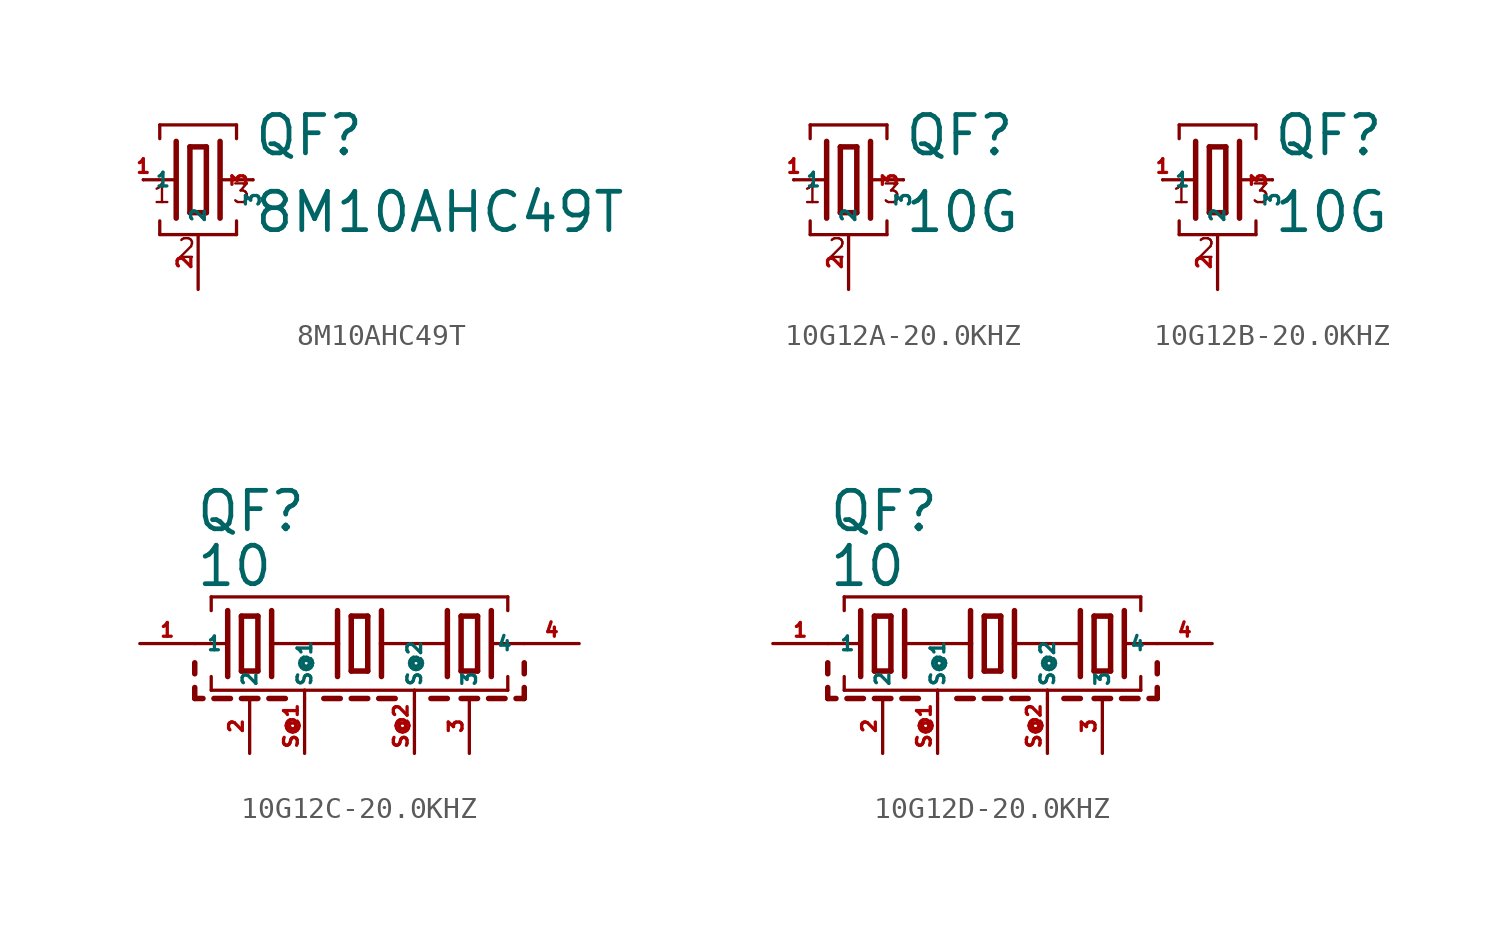
<source format=kicad_sym>
(kicad_symbol_lib
  (version 20220914)
  (generator Eagle2Kicad)
  (symbol "8M10AHC49T"
    (property "Reference" "QF"
      (at 2.54 1.016 0)
      (effects (font (size 1.778 1.778) (thickness 0.22)) (justify left bottom)))
    (property "Value" "8M10AHC49T"
      (at 2.54 -2.54 0)
      (effects (font (size 1.778 1.778) (thickness 0.22)) (justify left bottom)))
    (polyline
      (pts (xy 1.016 0) (xy 2.54 0))
      (stroke (width 0.152) (type default))
      (fill (type none)))
    (polyline
      (pts (xy -2.54 0) (xy -1.016 0))
      (stroke (width 0.152) (type default))
      (fill (type none)))
    (polyline
      (pts (xy -0.381 1.524) (xy -0.381 -1.524))
      (stroke (width 0.254) (type default))
      (fill (type none)))
    (polyline
      (pts (xy -0.381 -1.524) (xy 0.381 -1.524))
      (stroke (width 0.254) (type default))
      (fill (type none)))
    (polyline
      (pts (xy 0.381 -1.524) (xy 0.381 1.524))
      (stroke (width 0.254) (type default))
      (fill (type none)))
    (polyline
      (pts (xy 0.381 1.524) (xy -0.381 1.524))
      (stroke (width 0.254) (type default))
      (fill (type none)))
    (polyline
      (pts (xy 1.016 1.778) (xy 1.016 -1.778))
      (stroke (width 0.254) (type default))
      (fill (type none)))
    (polyline
      (pts (xy -1.016 1.778) (xy -1.016 -1.778))
      (stroke (width 0.254) (type default))
      (fill (type none)))
    (polyline
      (pts (xy -1.778 1.905) (xy -1.778 2.54))
      (stroke (width 0.152) (type default))
      (fill (type none)))
    (polyline
      (pts (xy -1.778 2.54) (xy 1.778 2.54))
      (stroke (width 0.152) (type default))
      (fill (type none)))
    (polyline
      (pts (xy 1.778 2.54) (xy 1.778 1.905))
      (stroke (width 0.152) (type default))
      (fill (type none)))
    (polyline
      (pts (xy 1.778 -1.905) (xy 1.778 -2.54))
      (stroke (width 0.152) (type default))
      (fill (type none)))
    (polyline
      (pts (xy -1.778 -2.54) (xy 1.778 -2.54))
      (stroke (width 0.152) (type default))
      (fill (type none)))
    (polyline
      (pts (xy -1.778 -2.54) (xy -1.778 -1.905))
      (stroke (width 0.152) (type default))
      (fill (type none)))
    (text "1"
      (at -2.159 -1.143 0)
      (effects (font (size 0.864 0.864) (thickness 0.11)) (justify left bottom)))
    (text "2"
      (at -1.016 -3.683 0)
      (effects (font (size 0.864 0.864) (thickness 0.11)) (justify left bottom)))
    (text "3"
      (at 1.524 -1.143 0)
      (effects (font (size 0.864 0.864) (thickness 0.11)) (justify left bottom)))
    (pin passive line
      (at 2.54 0 270)
      (length 0)
      (name "3" (effects (font (size 0.635 0.635) (thickness 0.08)) (justify left bottom)))
      (number "3" (effects (font (size 0.635 0.635) (thickness 0.08)) (justify left bottom))))
    (pin passive line
      (at -2.54 0 0)
      (length 0)
      (name "1" (effects (font (size 0.635 0.635) (thickness 0.08)) (justify left bottom)))
      (number "1" (effects (font (size 0.635 0.635) (thickness 0.08)) (justify left bottom))))
    (pin passive line
      (at 0 -5.08 90)
      (length 2.54)
      (name "2" (effects (font (size 0.635 0.635) (thickness 0.08)) (justify left bottom)))
      (number "2" (effects (font (size 0.635 0.635) (thickness 0.08)) (justify left bottom)))))
  (symbol "10G12A-20.0KHZ"
    (property "Reference" "QF"
      (at 2.54 1.016 0)
      (effects (font (size 1.778 1.778) (thickness 0.22)) (justify left bottom)))
    (property "Value" "10G"
      (at 2.54 -2.54 0)
      (effects (font (size 1.778 1.778) (thickness 0.22)) (justify left bottom)))
    (polyline
      (pts (xy 1.016 0) (xy 2.54 0))
      (stroke (width 0.152) (type default))
      (fill (type none)))
    (polyline
      (pts (xy -2.54 0) (xy -1.016 0))
      (stroke (width 0.152) (type default))
      (fill (type none)))
    (polyline
      (pts (xy -0.381 1.524) (xy -0.381 -1.524))
      (stroke (width 0.254) (type default))
      (fill (type none)))
    (polyline
      (pts (xy -0.381 -1.524) (xy 0.381 -1.524))
      (stroke (width 0.254) (type default))
      (fill (type none)))
    (polyline
      (pts (xy 0.381 -1.524) (xy 0.381 1.524))
      (stroke (width 0.254) (type default))
      (fill (type none)))
    (polyline
      (pts (xy 0.381 1.524) (xy -0.381 1.524))
      (stroke (width 0.254) (type default))
      (fill (type none)))
    (polyline
      (pts (xy 1.016 1.778) (xy 1.016 -1.778))
      (stroke (width 0.254) (type default))
      (fill (type none)))
    (polyline
      (pts (xy -1.016 1.778) (xy -1.016 -1.778))
      (stroke (width 0.254) (type default))
      (fill (type none)))
    (polyline
      (pts (xy -1.778 1.905) (xy -1.778 2.54))
      (stroke (width 0.152) (type default))
      (fill (type none)))
    (polyline
      (pts (xy -1.778 2.54) (xy 1.778 2.54))
      (stroke (width 0.152) (type default))
      (fill (type none)))
    (polyline
      (pts (xy 1.778 2.54) (xy 1.778 1.905))
      (stroke (width 0.152) (type default))
      (fill (type none)))
    (polyline
      (pts (xy 1.778 -1.905) (xy 1.778 -2.54))
      (stroke (width 0.152) (type default))
      (fill (type none)))
    (polyline
      (pts (xy -1.778 -2.54) (xy 1.778 -2.54))
      (stroke (width 0.152) (type default))
      (fill (type none)))
    (polyline
      (pts (xy -1.778 -2.54) (xy -1.778 -1.905))
      (stroke (width 0.152) (type default))
      (fill (type none)))
    (text "1"
      (at -2.159 -1.143 0)
      (effects (font (size 0.864 0.864) (thickness 0.11)) (justify left bottom)))
    (text "2"
      (at -1.016 -3.683 0)
      (effects (font (size 0.864 0.864) (thickness 0.11)) (justify left bottom)))
    (text "3"
      (at 1.524 -1.143 0)
      (effects (font (size 0.864 0.864) (thickness 0.11)) (justify left bottom)))
    (pin passive line
      (at 2.54 0 270)
      (length 0)
      (name "3" (effects (font (size 0.635 0.635) (thickness 0.08)) (justify left bottom)))
      (number "3" (effects (font (size 0.635 0.635) (thickness 0.08)) (justify left bottom))))
    (pin passive line
      (at -2.54 0 0)
      (length 0)
      (name "1" (effects (font (size 0.635 0.635) (thickness 0.08)) (justify left bottom)))
      (number "1" (effects (font (size 0.635 0.635) (thickness 0.08)) (justify left bottom))))
    (pin passive line
      (at 0 -5.08 90)
      (length 2.54)
      (name "2" (effects (font (size 0.635 0.635) (thickness 0.08)) (justify left bottom)))
      (number "2" (effects (font (size 0.635 0.635) (thickness 0.08)) (justify left bottom)))))
  (symbol "10G12B-20.0KHZ"
    (property "Reference" "QF"
      (at 2.54 1.016 0)
      (effects (font (size 1.778 1.778) (thickness 0.22)) (justify left bottom)))
    (property "Value" "10G"
      (at 2.54 -2.54 0)
      (effects (font (size 1.778 1.778) (thickness 0.22)) (justify left bottom)))
    (polyline
      (pts (xy 1.016 0) (xy 2.54 0))
      (stroke (width 0.152) (type default))
      (fill (type none)))
    (polyline
      (pts (xy -2.54 0) (xy -1.016 0))
      (stroke (width 0.152) (type default))
      (fill (type none)))
    (polyline
      (pts (xy -0.381 1.524) (xy -0.381 -1.524))
      (stroke (width 0.254) (type default))
      (fill (type none)))
    (polyline
      (pts (xy -0.381 -1.524) (xy 0.381 -1.524))
      (stroke (width 0.254) (type default))
      (fill (type none)))
    (polyline
      (pts (xy 0.381 -1.524) (xy 0.381 1.524))
      (stroke (width 0.254) (type default))
      (fill (type none)))
    (polyline
      (pts (xy 0.381 1.524) (xy -0.381 1.524))
      (stroke (width 0.254) (type default))
      (fill (type none)))
    (polyline
      (pts (xy 1.016 1.778) (xy 1.016 -1.778))
      (stroke (width 0.254) (type default))
      (fill (type none)))
    (polyline
      (pts (xy -1.016 1.778) (xy -1.016 -1.778))
      (stroke (width 0.254) (type default))
      (fill (type none)))
    (polyline
      (pts (xy -1.778 1.905) (xy -1.778 2.54))
      (stroke (width 0.152) (type default))
      (fill (type none)))
    (polyline
      (pts (xy -1.778 2.54) (xy 1.778 2.54))
      (stroke (width 0.152) (type default))
      (fill (type none)))
    (polyline
      (pts (xy 1.778 2.54) (xy 1.778 1.905))
      (stroke (width 0.152) (type default))
      (fill (type none)))
    (polyline
      (pts (xy 1.778 -1.905) (xy 1.778 -2.54))
      (stroke (width 0.152) (type default))
      (fill (type none)))
    (polyline
      (pts (xy -1.778 -2.54) (xy 1.778 -2.54))
      (stroke (width 0.152) (type default))
      (fill (type none)))
    (polyline
      (pts (xy -1.778 -2.54) (xy -1.778 -1.905))
      (stroke (width 0.152) (type default))
      (fill (type none)))
    (text "1"
      (at -2.159 -1.143 0)
      (effects (font (size 0.864 0.864) (thickness 0.11)) (justify left bottom)))
    (text "2"
      (at -1.016 -3.683 0)
      (effects (font (size 0.864 0.864) (thickness 0.11)) (justify left bottom)))
    (text "3"
      (at 1.524 -1.143 0)
      (effects (font (size 0.864 0.864) (thickness 0.11)) (justify left bottom)))
    (pin passive line
      (at 2.54 0 270)
      (length 0)
      (name "3" (effects (font (size 0.635 0.635) (thickness 0.08)) (justify left bottom)))
      (number "3" (effects (font (size 0.635 0.635) (thickness 0.08)) (justify left bottom))))
    (pin passive line
      (at -2.54 0 0)
      (length 0)
      (name "1" (effects (font (size 0.635 0.635) (thickness 0.08)) (justify left bottom)))
      (number "1" (effects (font (size 0.635 0.635) (thickness 0.08)) (justify left bottom))))
    (pin passive line
      (at 0 -5.08 90)
      (length 2.54)
      (name "2" (effects (font (size 0.635 0.635) (thickness 0.08)) (justify left bottom)))
      (number "2" (effects (font (size 0.635 0.635) (thickness 0.08)) (justify left bottom)))))
  (symbol "10G12C-20.0KHZ"
    (property "Reference" "QF"
      (at -7.62 5.08 0)
      (effects (font (size 1.778 1.778) (thickness 0.22)) (justify left bottom)))
    (property "Value" "10"
      (at -7.62 2.54 0)
      (effects (font (size 1.778 1.778) (thickness 0.22)) (justify left bottom)))
    (polyline
      (pts (xy 6.096 0) (xy 7.62 0))
      (stroke (width 0.152) (type default))
      (fill (type none)))
    (polyline
      (pts (xy -7.62 0) (xy -6.096 0))
      (stroke (width 0.152) (type default))
      (fill (type none)))
    (polyline
      (pts (xy -0.381 1.27) (xy -0.381 -1.27))
      (stroke (width 0.254) (type default))
      (fill (type none)))
    (polyline
      (pts (xy -0.381 -1.27) (xy 0.381 -1.27))
      (stroke (width 0.254) (type default))
      (fill (type none)))
    (polyline
      (pts (xy 0.381 -1.27) (xy 0.381 1.27))
      (stroke (width 0.254) (type default))
      (fill (type none)))
    (polyline
      (pts (xy 0.381 1.27) (xy -0.381 1.27))
      (stroke (width 0.254) (type default))
      (fill (type none)))
    (polyline
      (pts (xy 6.096 1.524) (xy 6.096 -1.524))
      (stroke (width 0.254) (type default))
      (fill (type none)))
    (polyline
      (pts (xy -6.096 1.524) (xy -6.096 -1.524))
      (stroke (width 0.254) (type default))
      (fill (type none)))
    (polyline
      (pts (xy -6.858 1.524) (xy -6.858 2.159))
      (stroke (width 0.152) (type default))
      (fill (type none)))
    (polyline
      (pts (xy -6.858 2.159) (xy 6.858 2.159))
      (stroke (width 0.152) (type default))
      (fill (type none)))
    (polyline
      (pts (xy 6.858 2.159) (xy 6.858 1.524))
      (stroke (width 0.152) (type default))
      (fill (type none)))
    (polyline
      (pts (xy 6.858 -1.524) (xy 6.858 -2.159))
      (stroke (width 0.152) (type default))
      (fill (type none)))
    (polyline
      (pts (xy -6.858 -2.159) (xy -2.54 -2.159))
      (stroke (width 0.152) (type default))
      (fill (type none)))
    (polyline
      (pts (xy -2.54 -2.159) (xy 2.54 -2.159))
      (stroke (width 0.152) (type default))
      (fill (type none)))
    (polyline
      (pts (xy 2.54 -2.159) (xy 6.858 -2.159))
      (stroke (width 0.152) (type default))
      (fill (type none)))
    (polyline
      (pts (xy -6.858 -2.159) (xy -6.858 -1.524))
      (stroke (width 0.152) (type default))
      (fill (type none)))
    (polyline
      (pts (xy -1.016 1.524) (xy -1.016 0))
      (stroke (width 0.254) (type default))
      (fill (type none)))
    (polyline
      (pts (xy -1.016 0) (xy -1.016 -1.524))
      (stroke (width 0.254) (type default))
      (fill (type none)))
    (polyline
      (pts (xy 1.016 1.524) (xy 1.016 0))
      (stroke (width 0.254) (type default))
      (fill (type none)))
    (polyline
      (pts (xy 1.016 0) (xy 1.016 -1.524))
      (stroke (width 0.254) (type default))
      (fill (type none)))
    (polyline
      (pts (xy -4.699 1.27) (xy -5.461 1.27))
      (stroke (width 0.254) (type default))
      (fill (type none)))
    (polyline
      (pts (xy -5.461 -1.27) (xy -4.699 -1.27))
      (stroke (width 0.254) (type default))
      (fill (type none)))
    (polyline
      (pts (xy -5.461 1.27) (xy -5.461 -1.27))
      (stroke (width 0.254) (type default))
      (fill (type none)))
    (polyline
      (pts (xy -4.699 -1.27) (xy -4.699 1.27))
      (stroke (width 0.254) (type default))
      (fill (type none)))
    (polyline
      (pts (xy 5.461 -1.27) (xy 5.461 1.27))
      (stroke (width 0.254) (type default))
      (fill (type none)))
    (polyline
      (pts (xy 4.699 1.27) (xy 4.699 -1.27))
      (stroke (width 0.254) (type default))
      (fill (type none)))
    (polyline
      (pts (xy 5.461 1.27) (xy 4.699 1.27))
      (stroke (width 0.254) (type default))
      (fill (type none)))
    (polyline
      (pts (xy 4.699 -1.27) (xy 5.461 -1.27))
      (stroke (width 0.254) (type default))
      (fill (type none)))
    (polyline
      (pts (xy 4.064 1.524) (xy 4.064 -1.524))
      (stroke (width 0.254) (type default))
      (fill (type none)))
    (polyline
      (pts (xy -4.064 1.524) (xy -4.064 0))
      (stroke (width 0.254) (type default))
      (fill (type none)))
    (polyline
      (pts (xy -4.064 0) (xy -4.064 -1.524))
      (stroke (width 0.254) (type default))
      (fill (type none)))
    (polyline
      (pts (xy -4.064 0) (xy -1.016 0))
      (stroke (width 0.152) (type default))
      (fill (type none)))
    (polyline
      (pts (xy 1.016 0) (xy 4.064 0))
      (stroke (width 0.152) (type default))
      (fill (type none)))
    (polyline
      (pts (xy -7.62 -2.032) (xy -7.62 -2.54))
      (stroke (width 0.254) (type default))
      (fill (type none)))
    (polyline
      (pts (xy -7.62 -2.54) (xy -7.239 -2.54))
      (stroke (width 0.254) (type default))
      (fill (type none)))
    (polyline
      (pts (xy -5.461 -2.54) (xy -4.699 -2.54))
      (stroke (width 0.254) (type default))
      (fill (type none)))
    (polyline
      (pts (xy -6.731 -2.54) (xy -5.969 -2.54))
      (stroke (width 0.254) (type default))
      (fill (type none)))
    (polyline
      (pts (xy 4.699 -2.54) (xy 5.461 -2.54))
      (stroke (width 0.254) (type default))
      (fill (type none)))
    (polyline
      (pts (xy -4.191 -2.54) (xy -3.429 -2.54))
      (stroke (width 0.254) (type default))
      (fill (type none)))
    (polyline
      (pts (xy -1.651 -2.54) (xy -0.889 -2.54))
      (stroke (width 0.254) (type default))
      (fill (type none)))
    (polyline
      (pts (xy -0.381 -2.54) (xy 0.381 -2.54))
      (stroke (width 0.254) (type default))
      (fill (type none)))
    (polyline
      (pts (xy 0.889 -2.54) (xy 1.651 -2.54))
      (stroke (width 0.254) (type default))
      (fill (type none)))
    (polyline
      (pts (xy 3.302 -2.54) (xy 4.064 -2.54))
      (stroke (width 0.254) (type default))
      (fill (type none)))
    (polyline
      (pts (xy -2.54 -2.54) (xy -2.54 -2.159))
      (stroke (width 0.152) (type default))
      (fill (type none)))
    (polyline
      (pts (xy 2.54 -2.54) (xy 2.54 -2.159))
      (stroke (width 0.152) (type default))
      (fill (type none)))
    (polyline
      (pts (xy 7.62 -2.54) (xy 7.239 -2.54))
      (stroke (width 0.254) (type default))
      (fill (type none)))
    (polyline
      (pts (xy 6.731 -2.54) (xy 5.969 -2.54))
      (stroke (width 0.254) (type default))
      (fill (type none)))
    (polyline
      (pts (xy 7.62 -2.032) (xy 7.62 -2.54))
      (stroke (width 0.254) (type default))
      (fill (type none)))
    (polyline
      (pts (xy -7.62 -0.889) (xy -7.62 -1.397))
      (stroke (width 0.254) (type default))
      (fill (type none)))
    (polyline
      (pts (xy 7.62 -0.889) (xy 7.62 -1.397))
      (stroke (width 0.254) (type default))
      (fill (type none)))
    (pin passive line
      (at 10.16 0 180)
      (length 2.54)
      (name "4" (effects (font (size 0.635 0.635) (thickness 0.08)) (justify left bottom)))
      (number "4" (effects (font (size 0.635 0.635) (thickness 0.08)) (justify left bottom))))
    (pin passive line
      (at -10.16 0 0)
      (length 2.54)
      (name "1" (effects (font (size 0.635 0.635) (thickness 0.08)) (justify left bottom)))
      (number "1" (effects (font (size 0.635 0.635) (thickness 0.08)) (justify left bottom))))
    (pin passive line
      (at -5.08 -5.08 90)
      (length 2.54)
      (name "2" (effects (font (size 0.635 0.635) (thickness 0.08)) (justify left bottom)))
      (number "2" (effects (font (size 0.635 0.635) (thickness 0.08)) (justify left bottom))))
    (pin passive line
      (at 5.08 -5.08 90)
      (length 2.54)
      (name "3" (effects (font (size 0.635 0.635) (thickness 0.08)) (justify left bottom)))
      (number "3" (effects (font (size 0.635 0.635) (thickness 0.08)) (justify left bottom))))
    (pin passive line
      (at -2.54 -5.08 90)
      (length 2.54)
      (name "S@1" (effects (font (size 0.635 0.635) (thickness 0.08)) (justify left bottom)))
      (number "S@1" (effects (font (size 0.635 0.635) (thickness 0.08)) (justify left bottom))))
    (pin passive line
      (at 2.54 -5.08 90)
      (length 2.54)
      (name "S@2" (effects (font (size 0.635 0.635) (thickness 0.08)) (justify left bottom)))
      (number "S@2" (effects (font (size 0.635 0.635) (thickness 0.08)) (justify left bottom)))))
  (symbol "10G12D-20.0KHZ"
    (property "Reference" "QF"
      (at -7.62 5.08 0)
      (effects (font (size 1.778 1.778) (thickness 0.22)) (justify left bottom)))
    (property "Value" "10"
      (at -7.62 2.54 0)
      (effects (font (size 1.778 1.778) (thickness 0.22)) (justify left bottom)))
    (polyline
      (pts (xy 6.096 0) (xy 7.62 0))
      (stroke (width 0.152) (type default))
      (fill (type none)))
    (polyline
      (pts (xy -7.62 0) (xy -6.096 0))
      (stroke (width 0.152) (type default))
      (fill (type none)))
    (polyline
      (pts (xy -0.381 1.27) (xy -0.381 -1.27))
      (stroke (width 0.254) (type default))
      (fill (type none)))
    (polyline
      (pts (xy -0.381 -1.27) (xy 0.381 -1.27))
      (stroke (width 0.254) (type default))
      (fill (type none)))
    (polyline
      (pts (xy 0.381 -1.27) (xy 0.381 1.27))
      (stroke (width 0.254) (type default))
      (fill (type none)))
    (polyline
      (pts (xy 0.381 1.27) (xy -0.381 1.27))
      (stroke (width 0.254) (type default))
      (fill (type none)))
    (polyline
      (pts (xy 6.096 1.524) (xy 6.096 -1.524))
      (stroke (width 0.254) (type default))
      (fill (type none)))
    (polyline
      (pts (xy -6.096 1.524) (xy -6.096 -1.524))
      (stroke (width 0.254) (type default))
      (fill (type none)))
    (polyline
      (pts (xy -6.858 1.524) (xy -6.858 2.159))
      (stroke (width 0.152) (type default))
      (fill (type none)))
    (polyline
      (pts (xy -6.858 2.159) (xy 6.858 2.159))
      (stroke (width 0.152) (type default))
      (fill (type none)))
    (polyline
      (pts (xy 6.858 2.159) (xy 6.858 1.524))
      (stroke (width 0.152) (type default))
      (fill (type none)))
    (polyline
      (pts (xy 6.858 -1.524) (xy 6.858 -2.159))
      (stroke (width 0.152) (type default))
      (fill (type none)))
    (polyline
      (pts (xy -6.858 -2.159) (xy -2.54 -2.159))
      (stroke (width 0.152) (type default))
      (fill (type none)))
    (polyline
      (pts (xy -2.54 -2.159) (xy 2.54 -2.159))
      (stroke (width 0.152) (type default))
      (fill (type none)))
    (polyline
      (pts (xy 2.54 -2.159) (xy 6.858 -2.159))
      (stroke (width 0.152) (type default))
      (fill (type none)))
    (polyline
      (pts (xy -6.858 -2.159) (xy -6.858 -1.524))
      (stroke (width 0.152) (type default))
      (fill (type none)))
    (polyline
      (pts (xy -1.016 1.524) (xy -1.016 0))
      (stroke (width 0.254) (type default))
      (fill (type none)))
    (polyline
      (pts (xy -1.016 0) (xy -1.016 -1.524))
      (stroke (width 0.254) (type default))
      (fill (type none)))
    (polyline
      (pts (xy 1.016 1.524) (xy 1.016 0))
      (stroke (width 0.254) (type default))
      (fill (type none)))
    (polyline
      (pts (xy 1.016 0) (xy 1.016 -1.524))
      (stroke (width 0.254) (type default))
      (fill (type none)))
    (polyline
      (pts (xy -4.699 1.27) (xy -5.461 1.27))
      (stroke (width 0.254) (type default))
      (fill (type none)))
    (polyline
      (pts (xy -5.461 -1.27) (xy -4.699 -1.27))
      (stroke (width 0.254) (type default))
      (fill (type none)))
    (polyline
      (pts (xy -5.461 1.27) (xy -5.461 -1.27))
      (stroke (width 0.254) (type default))
      (fill (type none)))
    (polyline
      (pts (xy -4.699 -1.27) (xy -4.699 1.27))
      (stroke (width 0.254) (type default))
      (fill (type none)))
    (polyline
      (pts (xy 5.461 -1.27) (xy 5.461 1.27))
      (stroke (width 0.254) (type default))
      (fill (type none)))
    (polyline
      (pts (xy 4.699 1.27) (xy 4.699 -1.27))
      (stroke (width 0.254) (type default))
      (fill (type none)))
    (polyline
      (pts (xy 5.461 1.27) (xy 4.699 1.27))
      (stroke (width 0.254) (type default))
      (fill (type none)))
    (polyline
      (pts (xy 4.699 -1.27) (xy 5.461 -1.27))
      (stroke (width 0.254) (type default))
      (fill (type none)))
    (polyline
      (pts (xy 4.064 1.524) (xy 4.064 -1.524))
      (stroke (width 0.254) (type default))
      (fill (type none)))
    (polyline
      (pts (xy -4.064 1.524) (xy -4.064 0))
      (stroke (width 0.254) (type default))
      (fill (type none)))
    (polyline
      (pts (xy -4.064 0) (xy -4.064 -1.524))
      (stroke (width 0.254) (type default))
      (fill (type none)))
    (polyline
      (pts (xy -4.064 0) (xy -1.016 0))
      (stroke (width 0.152) (type default))
      (fill (type none)))
    (polyline
      (pts (xy 1.016 0) (xy 4.064 0))
      (stroke (width 0.152) (type default))
      (fill (type none)))
    (polyline
      (pts (xy -7.62 -2.032) (xy -7.62 -2.54))
      (stroke (width 0.254) (type default))
      (fill (type none)))
    (polyline
      (pts (xy -7.62 -2.54) (xy -7.239 -2.54))
      (stroke (width 0.254) (type default))
      (fill (type none)))
    (polyline
      (pts (xy -5.461 -2.54) (xy -4.699 -2.54))
      (stroke (width 0.254) (type default))
      (fill (type none)))
    (polyline
      (pts (xy -6.731 -2.54) (xy -5.969 -2.54))
      (stroke (width 0.254) (type default))
      (fill (type none)))
    (polyline
      (pts (xy 4.699 -2.54) (xy 5.461 -2.54))
      (stroke (width 0.254) (type default))
      (fill (type none)))
    (polyline
      (pts (xy -4.191 -2.54) (xy -3.429 -2.54))
      (stroke (width 0.254) (type default))
      (fill (type none)))
    (polyline
      (pts (xy -1.651 -2.54) (xy -0.889 -2.54))
      (stroke (width 0.254) (type default))
      (fill (type none)))
    (polyline
      (pts (xy -0.381 -2.54) (xy 0.381 -2.54))
      (stroke (width 0.254) (type default))
      (fill (type none)))
    (polyline
      (pts (xy 0.889 -2.54) (xy 1.651 -2.54))
      (stroke (width 0.254) (type default))
      (fill (type none)))
    (polyline
      (pts (xy 3.302 -2.54) (xy 4.064 -2.54))
      (stroke (width 0.254) (type default))
      (fill (type none)))
    (polyline
      (pts (xy -2.54 -2.54) (xy -2.54 -2.159))
      (stroke (width 0.152) (type default))
      (fill (type none)))
    (polyline
      (pts (xy 2.54 -2.54) (xy 2.54 -2.159))
      (stroke (width 0.152) (type default))
      (fill (type none)))
    (polyline
      (pts (xy 7.62 -2.54) (xy 7.239 -2.54))
      (stroke (width 0.254) (type default))
      (fill (type none)))
    (polyline
      (pts (xy 6.731 -2.54) (xy 5.969 -2.54))
      (stroke (width 0.254) (type default))
      (fill (type none)))
    (polyline
      (pts (xy 7.62 -2.032) (xy 7.62 -2.54))
      (stroke (width 0.254) (type default))
      (fill (type none)))
    (polyline
      (pts (xy -7.62 -0.889) (xy -7.62 -1.397))
      (stroke (width 0.254) (type default))
      (fill (type none)))
    (polyline
      (pts (xy 7.62 -0.889) (xy 7.62 -1.397))
      (stroke (width 0.254) (type default))
      (fill (type none)))
    (pin passive line
      (at 10.16 0 180)
      (length 2.54)
      (name "4" (effects (font (size 0.635 0.635) (thickness 0.08)) (justify left bottom)))
      (number "4" (effects (font (size 0.635 0.635) (thickness 0.08)) (justify left bottom))))
    (pin passive line
      (at -10.16 0 0)
      (length 2.54)
      (name "1" (effects (font (size 0.635 0.635) (thickness 0.08)) (justify left bottom)))
      (number "1" (effects (font (size 0.635 0.635) (thickness 0.08)) (justify left bottom))))
    (pin passive line
      (at -5.08 -5.08 90)
      (length 2.54)
      (name "2" (effects (font (size 0.635 0.635) (thickness 0.08)) (justify left bottom)))
      (number "2" (effects (font (size 0.635 0.635) (thickness 0.08)) (justify left bottom))))
    (pin passive line
      (at 5.08 -5.08 90)
      (length 2.54)
      (name "3" (effects (font (size 0.635 0.635) (thickness 0.08)) (justify left bottom)))
      (number "3" (effects (font (size 0.635 0.635) (thickness 0.08)) (justify left bottom))))
    (pin passive line
      (at -2.54 -5.08 90)
      (length 2.54)
      (name "S@1" (effects (font (size 0.635 0.635) (thickness 0.08)) (justify left bottom)))
      (number "S@1" (effects (font (size 0.635 0.635) (thickness 0.08)) (justify left bottom))))
    (pin passive line
      (at 2.54 -5.08 90)
      (length 2.54)
      (name "S@2" (effects (font (size 0.635 0.635) (thickness 0.08)) (justify left bottom)))
      (number "S@2" (effects (font (size 0.635 0.635) (thickness 0.08)) (justify left bottom))))))
</source>
